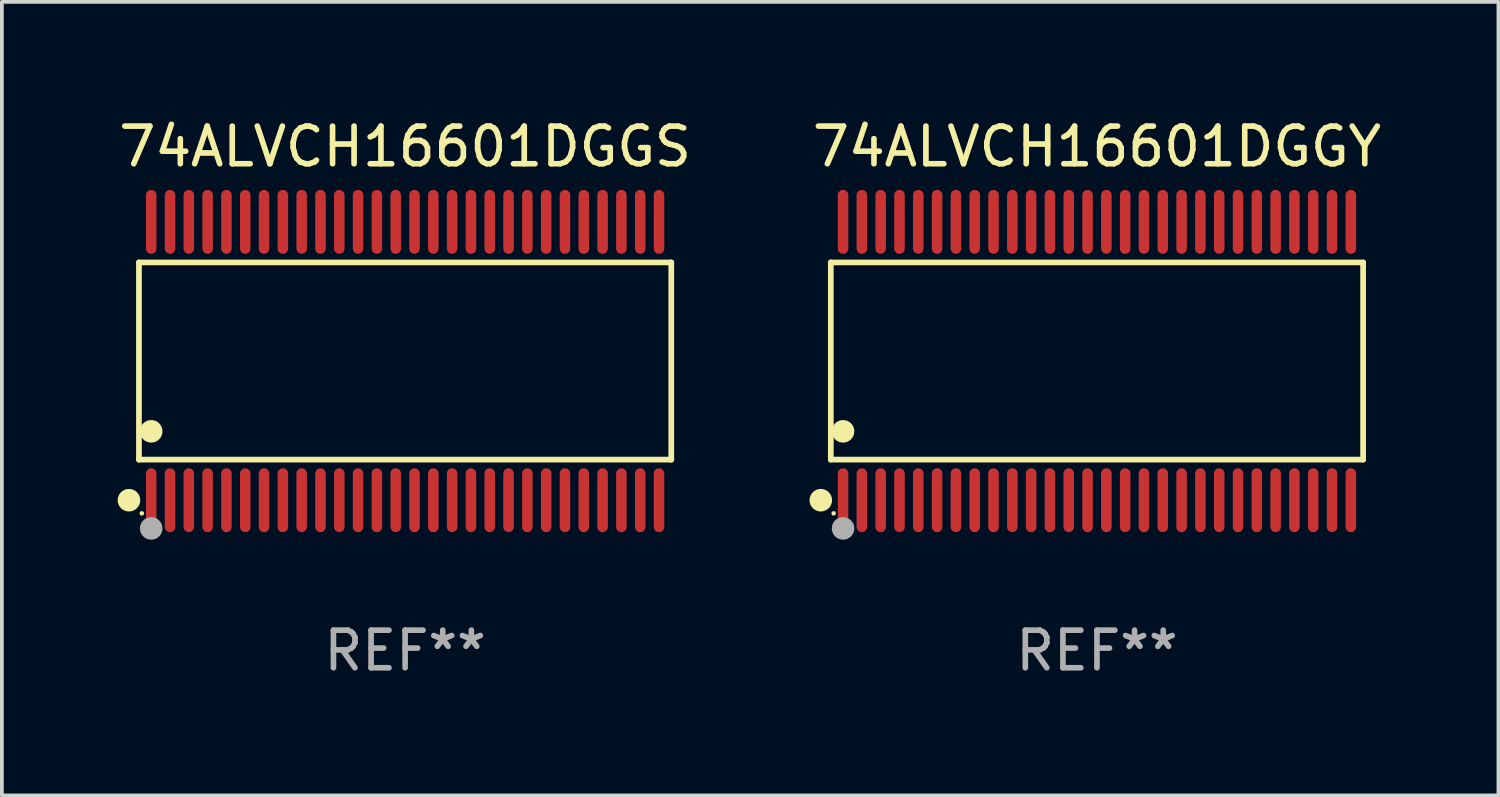
<source format=kicad_pcb>
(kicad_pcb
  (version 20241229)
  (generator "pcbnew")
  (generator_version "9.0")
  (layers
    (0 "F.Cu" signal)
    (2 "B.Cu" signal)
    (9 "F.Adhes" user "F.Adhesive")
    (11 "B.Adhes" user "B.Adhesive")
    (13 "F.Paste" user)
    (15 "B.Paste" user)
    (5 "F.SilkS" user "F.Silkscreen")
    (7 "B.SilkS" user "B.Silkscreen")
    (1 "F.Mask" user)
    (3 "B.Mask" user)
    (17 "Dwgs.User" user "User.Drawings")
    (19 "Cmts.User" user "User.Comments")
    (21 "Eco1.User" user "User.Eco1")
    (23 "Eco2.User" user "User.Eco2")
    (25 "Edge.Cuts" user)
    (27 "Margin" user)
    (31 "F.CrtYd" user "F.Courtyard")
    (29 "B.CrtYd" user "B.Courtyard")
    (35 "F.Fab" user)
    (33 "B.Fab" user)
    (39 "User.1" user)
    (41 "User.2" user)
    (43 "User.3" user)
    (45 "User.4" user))
  (footprint "74ALVCH16601DGGS"
    (layer "F.Cu")
    (at 7.72 6.548)
    (property "Reference" "74ALVCH16601DGGS" (at 0 -5.7 0) (layer "F.SilkS") (effects (font (size 1 1) (thickness 0.15))))
    (attr through_hole)
    (fp_line (start -7.076 -2.621) (end 7.076 -2.621) (stroke (width 0.152) (type solid)) (layer "F.SilkS"))
    (fp_line (start -7.076 2.621) (end -7.076 -2.621) (stroke (width 0.152) (type solid)) (layer "F.SilkS"))
    (fp_line (start 7.076 -2.621) (end 7.076 2.621) (stroke (width 0.152) (type solid)) (layer "F.SilkS"))
    (fp_line (start 7.076 2.621) (end -7.076 2.621) (stroke (width 0.152) (type solid)) (layer "F.SilkS"))
    (fp_circle (center -7.342 3.7) (end -7.192 3.7) (stroke (width 0.3) (type solid)) (fill no) (layer "F.SilkS"))
    (fp_circle (center -7 4.05) (end -6.97 4.05) (stroke (width 0.06) (type solid)) (fill no) (layer "F.SilkS"))
    (fp_circle (center -6.75 1.869) (end -6.6 1.869) (stroke (width 0.3) (type solid)) (fill no) (layer "F.SilkS"))
    (fp_circle (center -6.75 4.45) (end -6.6 4.45) (stroke (width 0.3) (type solid)) (fill no) (layer "F.Fab"))
    (fp_text user "REF**" (at 0 7.7 0) (layer "F.Fab") (effects (font (size 1 1) (thickness 0.15))))
    (pad "1" smd oval (at -6.75 3.7) (size 0.28 1.7) (layers "F.Cu" "F.Mask" "F.Paste"))
    (pad "2" smd oval (at -6.25 3.7) (size 0.28 1.7) (layers "F.Cu" "F.Mask" "F.Paste"))
    (pad "3" smd oval (at -5.75 3.7) (size 0.28 1.7) (layers "F.Cu" "F.Mask" "F.Paste"))
    (pad "4" smd oval (at -5.25 3.7) (size 0.28 1.7) (layers "F.Cu" "F.Mask" "F.Paste"))
    (pad "5" smd oval (at -4.75 3.7) (size 0.28 1.7) (layers "F.Cu" "F.Mask" "F.Paste"))
    (pad "6" smd oval (at -4.25 3.7) (size 0.28 1.7) (layers "F.Cu" "F.Mask" "F.Paste"))
    (pad "7" smd oval (at -3.75 3.7) (size 0.28 1.7) (layers "F.Cu" "F.Mask" "F.Paste"))
    (pad "8" smd oval (at -3.25 3.7) (size 0.28 1.7) (layers "F.Cu" "F.Mask" "F.Paste"))
    (pad "9" smd oval (at -2.75 3.7) (size 0.28 1.7) (layers "F.Cu" "F.Mask" "F.Paste"))
    (pad "10" smd oval (at -2.25 3.7) (size 0.28 1.7) (layers "F.Cu" "F.Mask" "F.Paste"))
    (pad "11" smd oval (at -1.75 3.7) (size 0.28 1.7) (layers "F.Cu" "F.Mask" "F.Paste"))
    (pad "12" smd oval (at -1.25 3.7) (size 0.28 1.7) (layers "F.Cu" "F.Mask" "F.Paste"))
    (pad "13" smd oval (at -0.75 3.7) (size 0.28 1.7) (layers "F.Cu" "F.Mask" "F.Paste"))
    (pad "14" smd oval (at -0.25 3.7) (size 0.28 1.7) (layers "F.Cu" "F.Mask" "F.Paste"))
    (pad "15" smd oval (at 0.25 3.7) (size 0.28 1.7) (layers "F.Cu" "F.Mask" "F.Paste"))
    (pad "16" smd oval (at 0.75 3.7) (size 0.28 1.7) (layers "F.Cu" "F.Mask" "F.Paste"))
    (pad "17" smd oval (at 1.25 3.7) (size 0.28 1.7) (layers "F.Cu" "F.Mask" "F.Paste"))
    (pad "18" smd oval (at 1.75 3.7) (size 0.28 1.7) (layers "F.Cu" "F.Mask" "F.Paste"))
    (pad "19" smd oval (at 2.25 3.7) (size 0.28 1.7) (layers "F.Cu" "F.Mask" "F.Paste"))
    (pad "20" smd oval (at 2.75 3.7) (size 0.28 1.7) (layers "F.Cu" "F.Mask" "F.Paste"))
    (pad "21" smd oval (at 3.25 3.7) (size 0.28 1.7) (layers "F.Cu" "F.Mask" "F.Paste"))
    (pad "22" smd oval (at 3.75 3.7) (size 0.28 1.7) (layers "F.Cu" "F.Mask" "F.Paste"))
    (pad "23" smd oval (at 4.25 3.7) (size 0.28 1.7) (layers "F.Cu" "F.Mask" "F.Paste"))
    (pad "24" smd oval (at 4.75 3.7) (size 0.28 1.7) (layers "F.Cu" "F.Mask" "F.Paste"))
    (pad "25" smd oval (at 5.25 3.7) (size 0.28 1.7) (layers "F.Cu" "F.Mask" "F.Paste"))
    (pad "26" smd oval (at 5.75 3.7) (size 0.28 1.7) (layers "F.Cu" "F.Mask" "F.Paste"))
    (pad "27" smd oval (at 6.25 3.7) (size 0.28 1.7) (layers "F.Cu" "F.Mask" "F.Paste"))
    (pad "28" smd oval (at 6.75 3.7) (size 0.28 1.7) (layers "F.Cu" "F.Mask" "F.Paste"))
    (pad "29" smd oval (at 6.75 -3.7) (size 0.28 1.7) (layers "F.Cu" "F.Mask" "F.Paste"))
    (pad "30" smd oval (at 6.25 -3.7) (size 0.28 1.7) (layers "F.Cu" "F.Mask" "F.Paste"))
    (pad "31" smd oval (at 5.75 -3.7) (size 0.28 1.7) (layers "F.Cu" "F.Mask" "F.Paste"))
    (pad "32" smd oval (at 5.25 -3.7) (size 0.28 1.7) (layers "F.Cu" "F.Mask" "F.Paste"))
    (pad "33" smd oval (at 4.75 -3.7) (size 0.28 1.7) (layers "F.Cu" "F.Mask" "F.Paste"))
    (pad "34" smd oval (at 4.25 -3.7) (size 0.28 1.7) (layers "F.Cu" "F.Mask" "F.Paste"))
    (pad "35" smd oval (at 3.75 -3.7) (size 0.28 1.7) (layers "F.Cu" "F.Mask" "F.Paste"))
    (pad "36" smd oval (at 3.25 -3.7) (size 0.28 1.7) (layers "F.Cu" "F.Mask" "F.Paste"))
    (pad "37" smd oval (at 2.75 -3.7) (size 0.28 1.7) (layers "F.Cu" "F.Mask" "F.Paste"))
    (pad "38" smd oval (at 2.25 -3.7) (size 0.28 1.7) (layers "F.Cu" "F.Mask" "F.Paste"))
    (pad "39" smd oval (at 1.75 -3.7) (size 0.28 1.7) (layers "F.Cu" "F.Mask" "F.Paste"))
    (pad "40" smd oval (at 1.25 -3.7) (size 0.28 1.7) (layers "F.Cu" "F.Mask" "F.Paste"))
    (pad "41" smd oval (at 0.75 -3.7) (size 0.28 1.7) (layers "F.Cu" "F.Mask" "F.Paste"))
    (pad "42" smd oval (at 0.25 -3.7) (size 0.28 1.7) (layers "F.Cu" "F.Mask" "F.Paste"))
    (pad "43" smd oval (at -0.25 -3.7) (size 0.28 1.7) (layers "F.Cu" "F.Mask" "F.Paste"))
    (pad "44" smd oval (at -0.75 -3.7) (size 0.28 1.7) (layers "F.Cu" "F.Mask" "F.Paste"))
    (pad "45" smd oval (at -1.25 -3.7) (size 0.28 1.7) (layers "F.Cu" "F.Mask" "F.Paste"))
    (pad "46" smd oval (at -1.75 -3.7) (size 0.28 1.7) (layers "F.Cu" "F.Mask" "F.Paste"))
    (pad "47" smd oval (at -2.25 -3.7) (size 0.28 1.7) (layers "F.Cu" "F.Mask" "F.Paste"))
    (pad "48" smd oval (at -2.75 -3.7) (size 0.28 1.7) (layers "F.Cu" "F.Mask" "F.Paste"))
    (pad "49" smd oval (at -3.25 -3.7) (size 0.28 1.7) (layers "F.Cu" "F.Mask" "F.Paste"))
    (pad "50" smd oval (at -3.75 -3.7) (size 0.28 1.7) (layers "F.Cu" "F.Mask" "F.Paste"))
    (pad "51" smd oval (at -4.25 -3.7) (size 0.28 1.7) (layers "F.Cu" "F.Mask" "F.Paste"))
    (pad "52" smd oval (at -4.75 -3.7) (size 0.28 1.7) (layers "F.Cu" "F.Mask" "F.Paste"))
    (pad "53" smd oval (at -5.25 -3.7) (size 0.28 1.7) (layers "F.Cu" "F.Mask" "F.Paste"))
    (pad "54" smd oval (at -5.75 -3.7) (size 0.28 1.7) (layers "F.Cu" "F.Mask" "F.Paste"))
    (pad "55" smd oval (at -6.25 -3.7) (size 0.28 1.7) (layers "F.Cu" "F.Mask" "F.Paste"))
    (pad "56" smd oval (at -6.75 -3.7) (size 0.28 1.7) (layers "F.Cu" "F.Mask" "F.Paste")))
  (footprint "74ALVCH16601DGGY"
    (layer "F.Cu")
    (at 26.113 6.548)
    (property "Reference" "74ALVCH16601DGGY" (at 0 -5.7 0) (layer "F.SilkS") (effects (font (size 1 1) (thickness 0.15))))
    (attr through_hole)
    (fp_line (start -7.076 -2.621) (end 7.076 -2.621) (stroke (width 0.152) (type solid)) (layer "F.SilkS"))
    (fp_line (start -7.076 2.621) (end -7.076 -2.621) (stroke (width 0.152) (type solid)) (layer "F.SilkS"))
    (fp_line (start 7.076 -2.621) (end 7.076 2.621) (stroke (width 0.152) (type solid)) (layer "F.SilkS"))
    (fp_line (start 7.076 2.621) (end -7.076 2.621) (stroke (width 0.152) (type solid)) (layer "F.SilkS"))
    (fp_circle (center -7.342 3.7) (end -7.192 3.7) (stroke (width 0.3) (type solid)) (fill no) (layer "F.SilkS"))
    (fp_circle (center -7 4.05) (end -6.97 4.05) (stroke (width 0.06) (type solid)) (fill no) (layer "F.SilkS"))
    (fp_circle (center -6.75 1.869) (end -6.6 1.869) (stroke (width 0.3) (type solid)) (fill no) (layer "F.SilkS"))
    (fp_circle (center -6.75 4.45) (end -6.6 4.45) (stroke (width 0.3) (type solid)) (fill no) (layer "F.Fab"))
    (fp_text user "REF**" (at 0 7.7 0) (layer "F.Fab") (effects (font (size 1 1) (thickness 0.15))))
    (pad "1" smd oval (at -6.75 3.7) (size 0.28 1.7) (layers "F.Cu" "F.Mask" "F.Paste"))
    (pad "2" smd oval (at -6.25 3.7) (size 0.28 1.7) (layers "F.Cu" "F.Mask" "F.Paste"))
    (pad "3" smd oval (at -5.75 3.7) (size 0.28 1.7) (layers "F.Cu" "F.Mask" "F.Paste"))
    (pad "4" smd oval (at -5.25 3.7) (size 0.28 1.7) (layers "F.Cu" "F.Mask" "F.Paste"))
    (pad "5" smd oval (at -4.75 3.7) (size 0.28 1.7) (layers "F.Cu" "F.Mask" "F.Paste"))
    (pad "6" smd oval (at -4.25 3.7) (size 0.28 1.7) (layers "F.Cu" "F.Mask" "F.Paste"))
    (pad "7" smd oval (at -3.75 3.7) (size 0.28 1.7) (layers "F.Cu" "F.Mask" "F.Paste"))
    (pad "8" smd oval (at -3.25 3.7) (size 0.28 1.7) (layers "F.Cu" "F.Mask" "F.Paste"))
    (pad "9" smd oval (at -2.75 3.7) (size 0.28 1.7) (layers "F.Cu" "F.Mask" "F.Paste"))
    (pad "10" smd oval (at -2.25 3.7) (size 0.28 1.7) (layers "F.Cu" "F.Mask" "F.Paste"))
    (pad "11" smd oval (at -1.75 3.7) (size 0.28 1.7) (layers "F.Cu" "F.Mask" "F.Paste"))
    (pad "12" smd oval (at -1.25 3.7) (size 0.28 1.7) (layers "F.Cu" "F.Mask" "F.Paste"))
    (pad "13" smd oval (at -0.75 3.7) (size 0.28 1.7) (layers "F.Cu" "F.Mask" "F.Paste"))
    (pad "14" smd oval (at -0.25 3.7) (size 0.28 1.7) (layers "F.Cu" "F.Mask" "F.Paste"))
    (pad "15" smd oval (at 0.25 3.7) (size 0.28 1.7) (layers "F.Cu" "F.Mask" "F.Paste"))
    (pad "16" smd oval (at 0.75 3.7) (size 0.28 1.7) (layers "F.Cu" "F.Mask" "F.Paste"))
    (pad "17" smd oval (at 1.25 3.7) (size 0.28 1.7) (layers "F.Cu" "F.Mask" "F.Paste"))
    (pad "18" smd oval (at 1.75 3.7) (size 0.28 1.7) (layers "F.Cu" "F.Mask" "F.Paste"))
    (pad "19" smd oval (at 2.25 3.7) (size 0.28 1.7) (layers "F.Cu" "F.Mask" "F.Paste"))
    (pad "20" smd oval (at 2.75 3.7) (size 0.28 1.7) (layers "F.Cu" "F.Mask" "F.Paste"))
    (pad "21" smd oval (at 3.25 3.7) (size 0.28 1.7) (layers "F.Cu" "F.Mask" "F.Paste"))
    (pad "22" smd oval (at 3.75 3.7) (size 0.28 1.7) (layers "F.Cu" "F.Mask" "F.Paste"))
    (pad "23" smd oval (at 4.25 3.7) (size 0.28 1.7) (layers "F.Cu" "F.Mask" "F.Paste"))
    (pad "24" smd oval (at 4.75 3.7) (size 0.28 1.7) (layers "F.Cu" "F.Mask" "F.Paste"))
    (pad "25" smd oval (at 5.25 3.7) (size 0.28 1.7) (layers "F.Cu" "F.Mask" "F.Paste"))
    (pad "26" smd oval (at 5.75 3.7) (size 0.28 1.7) (layers "F.Cu" "F.Mask" "F.Paste"))
    (pad "27" smd oval (at 6.25 3.7) (size 0.28 1.7) (layers "F.Cu" "F.Mask" "F.Paste"))
    (pad "28" smd oval (at 6.75 3.7) (size 0.28 1.7) (layers "F.Cu" "F.Mask" "F.Paste"))
    (pad "29" smd oval (at 6.75 -3.7) (size 0.28 1.7) (layers "F.Cu" "F.Mask" "F.Paste"))
    (pad "30" smd oval (at 6.25 -3.7) (size 0.28 1.7) (layers "F.Cu" "F.Mask" "F.Paste"))
    (pad "31" smd oval (at 5.75 -3.7) (size 0.28 1.7) (layers "F.Cu" "F.Mask" "F.Paste"))
    (pad "32" smd oval (at 5.25 -3.7) (size 0.28 1.7) (layers "F.Cu" "F.Mask" "F.Paste"))
    (pad "33" smd oval (at 4.75 -3.7) (size 0.28 1.7) (layers "F.Cu" "F.Mask" "F.Paste"))
    (pad "34" smd oval (at 4.25 -3.7) (size 0.28 1.7) (layers "F.Cu" "F.Mask" "F.Paste"))
    (pad "35" smd oval (at 3.75 -3.7) (size 0.28 1.7) (layers "F.Cu" "F.Mask" "F.Paste"))
    (pad "36" smd oval (at 3.25 -3.7) (size 0.28 1.7) (layers "F.Cu" "F.Mask" "F.Paste"))
    (pad "37" smd oval (at 2.75 -3.7) (size 0.28 1.7) (layers "F.Cu" "F.Mask" "F.Paste"))
    (pad "38" smd oval (at 2.25 -3.7) (size 0.28 1.7) (layers "F.Cu" "F.Mask" "F.Paste"))
    (pad "39" smd oval (at 1.75 -3.7) (size 0.28 1.7) (layers "F.Cu" "F.Mask" "F.Paste"))
    (pad "40" smd oval (at 1.25 -3.7) (size 0.28 1.7) (layers "F.Cu" "F.Mask" "F.Paste"))
    (pad "41" smd oval (at 0.75 -3.7) (size 0.28 1.7) (layers "F.Cu" "F.Mask" "F.Paste"))
    (pad "42" smd oval (at 0.25 -3.7) (size 0.28 1.7) (layers "F.Cu" "F.Mask" "F.Paste"))
    (pad "43" smd oval (at -0.25 -3.7) (size 0.28 1.7) (layers "F.Cu" "F.Mask" "F.Paste"))
    (pad "44" smd oval (at -0.75 -3.7) (size 0.28 1.7) (layers "F.Cu" "F.Mask" "F.Paste"))
    (pad "45" smd oval (at -1.25 -3.7) (size 0.28 1.7) (layers "F.Cu" "F.Mask" "F.Paste"))
    (pad "46" smd oval (at -1.75 -3.7) (size 0.28 1.7) (layers "F.Cu" "F.Mask" "F.Paste"))
    (pad "47" smd oval (at -2.25 -3.7) (size 0.28 1.7) (layers "F.Cu" "F.Mask" "F.Paste"))
    (pad "48" smd oval (at -2.75 -3.7) (size 0.28 1.7) (layers "F.Cu" "F.Mask" "F.Paste"))
    (pad "49" smd oval (at -3.25 -3.7) (size 0.28 1.7) (layers "F.Cu" "F.Mask" "F.Paste"))
    (pad "50" smd oval (at -3.75 -3.7) (size 0.28 1.7) (layers "F.Cu" "F.Mask" "F.Paste"))
    (pad "51" smd oval (at -4.25 -3.7) (size 0.28 1.7) (layers "F.Cu" "F.Mask" "F.Paste"))
    (pad "52" smd oval (at -4.75 -3.7) (size 0.28 1.7) (layers "F.Cu" "F.Mask" "F.Paste"))
    (pad "53" smd oval (at -5.25 -3.7) (size 0.28 1.7) (layers "F.Cu" "F.Mask" "F.Paste"))
    (pad "54" smd oval (at -5.75 -3.7) (size 0.28 1.7) (layers "F.Cu" "F.Mask" "F.Paste"))
    (pad "55" smd oval (at -6.25 -3.7) (size 0.28 1.7) (layers "F.Cu" "F.Mask" "F.Paste"))
    (pad "56" smd oval (at -6.75 -3.7) (size 0.28 1.7) (layers "F.Cu" "F.Mask" "F.Paste")))
  (gr_rect
    (start -3 -3)
    (end 36.786 18.097)
    (stroke (width 0.1) (type default))
    (fill no)
    (layer "Edge.Cuts")))
</source>
